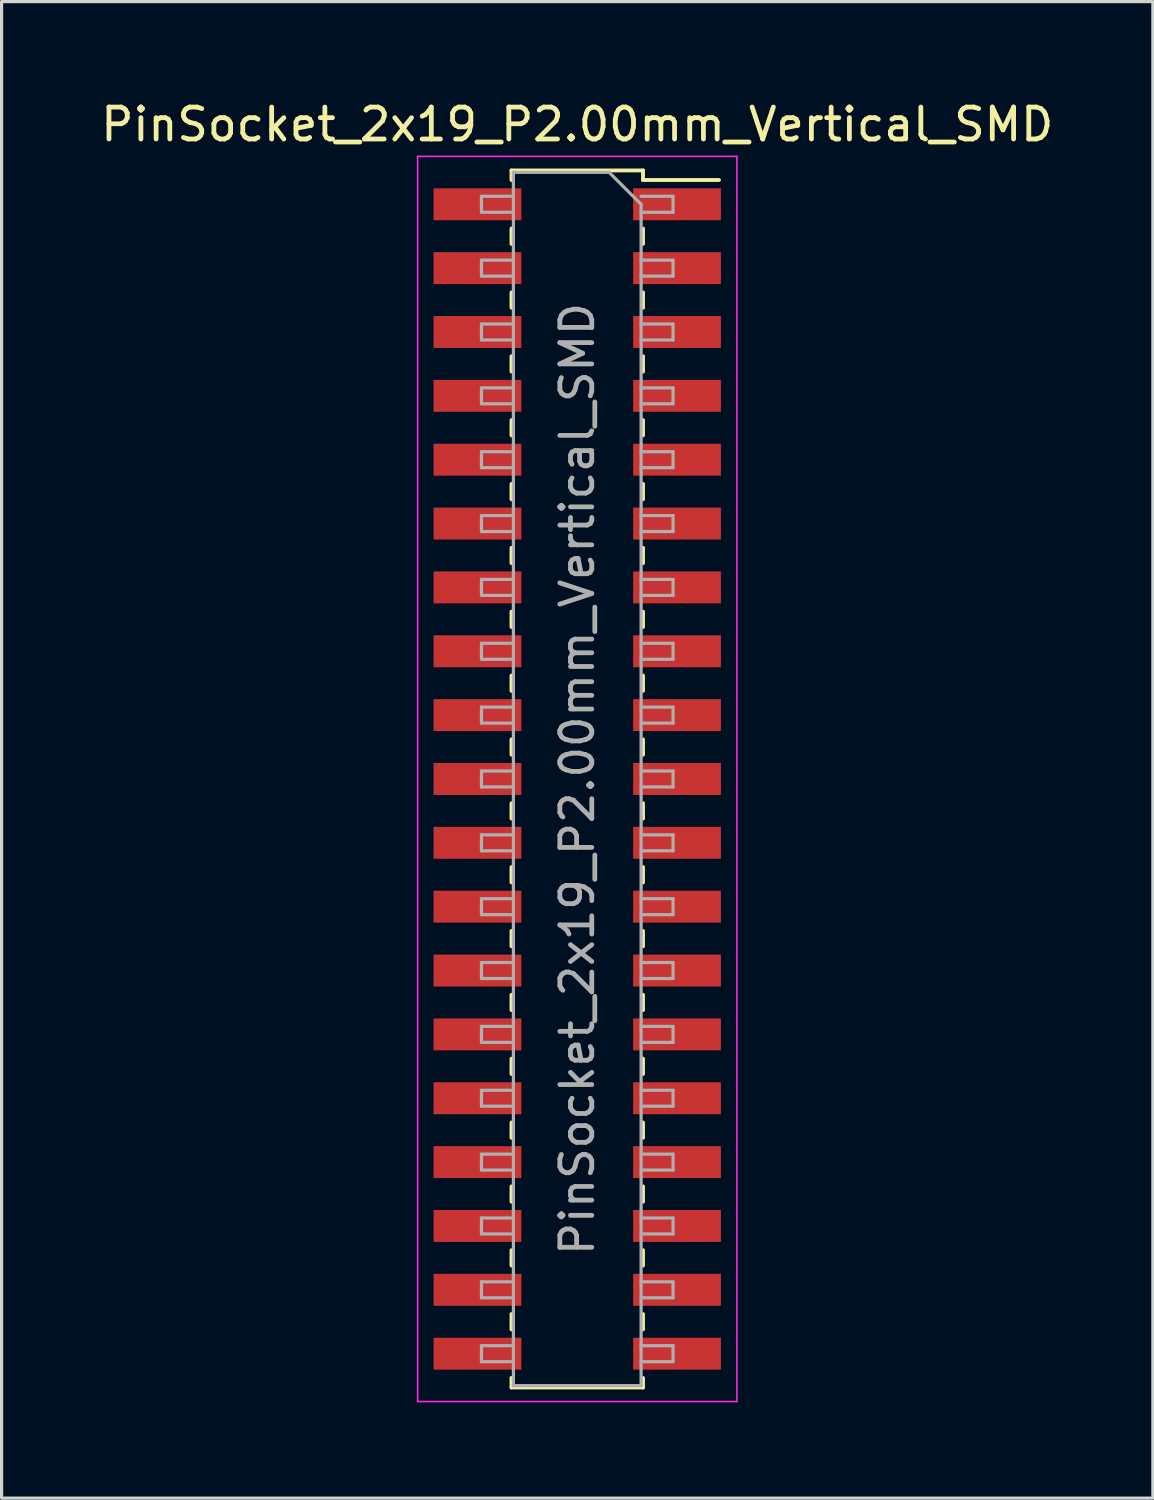
<source format=kicad_pcb>
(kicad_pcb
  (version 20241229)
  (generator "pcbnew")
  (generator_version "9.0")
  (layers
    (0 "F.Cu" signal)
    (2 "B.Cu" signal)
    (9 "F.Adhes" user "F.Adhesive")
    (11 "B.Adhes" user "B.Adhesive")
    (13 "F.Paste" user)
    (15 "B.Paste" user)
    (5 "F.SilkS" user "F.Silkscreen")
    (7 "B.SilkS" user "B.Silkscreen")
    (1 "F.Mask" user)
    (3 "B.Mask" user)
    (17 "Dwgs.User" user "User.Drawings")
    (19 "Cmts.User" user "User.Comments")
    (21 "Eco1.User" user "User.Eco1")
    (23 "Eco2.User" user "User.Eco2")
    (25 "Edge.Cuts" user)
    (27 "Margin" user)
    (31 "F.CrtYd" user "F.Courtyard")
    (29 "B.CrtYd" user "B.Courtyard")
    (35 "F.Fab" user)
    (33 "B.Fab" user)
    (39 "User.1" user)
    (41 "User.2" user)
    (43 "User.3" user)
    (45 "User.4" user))
  (footprint "PinSocket_2x19_P2.00mm_Vertical_SMD"
    (layer "F.Cu")
    (at 15.03 21.348)
    (property "Reference" "PinSocket_2x19_P2.00mm_Vertical_SMD" (at 0 -20.5 0) (layer "F.SilkS") (effects (font (size 1 1) (thickness 0.15))))
    (attr smd)
    (fp_line (start -2.06 -19.06) (end -2.06 -18.76) (stroke (width 0.12) (type solid)) (layer "F.SilkS"))
    (fp_line (start -2.06 -19.06) (end 2.06 -19.06) (stroke (width 0.12) (type solid)) (layer "F.SilkS"))
    (fp_line (start -2.06 -17.24) (end -2.06 -16.76) (stroke (width 0.12) (type solid)) (layer "F.SilkS"))
    (fp_line (start -2.06 -15.24) (end -2.06 -14.76) (stroke (width 0.12) (type solid)) (layer "F.SilkS"))
    (fp_line (start -2.06 -13.24) (end -2.06 -12.76) (stroke (width 0.12) (type solid)) (layer "F.SilkS"))
    (fp_line (start -2.06 -11.24) (end -2.06 -10.76) (stroke (width 0.12) (type solid)) (layer "F.SilkS"))
    (fp_line (start -2.06 -9.24) (end -2.06 -8.76) (stroke (width 0.12) (type solid)) (layer "F.SilkS"))
    (fp_line (start -2.06 -7.24) (end -2.06 -6.76) (stroke (width 0.12) (type solid)) (layer "F.SilkS"))
    (fp_line (start -2.06 -5.24) (end -2.06 -4.76) (stroke (width 0.12) (type solid)) (layer "F.SilkS"))
    (fp_line (start -2.06 -3.24) (end -2.06 -2.76) (stroke (width 0.12) (type solid)) (layer "F.SilkS"))
    (fp_line (start -2.06 -1.24) (end -2.06 -0.76) (stroke (width 0.12) (type solid)) (layer "F.SilkS"))
    (fp_line (start -2.06 0.76) (end -2.06 1.24) (stroke (width 0.12) (type solid)) (layer "F.SilkS"))
    (fp_line (start -2.06 2.76) (end -2.06 3.24) (stroke (width 0.12) (type solid)) (layer "F.SilkS"))
    (fp_line (start -2.06 4.76) (end -2.06 5.24) (stroke (width 0.12) (type solid)) (layer "F.SilkS"))
    (fp_line (start -2.06 6.76) (end -2.06 7.24) (stroke (width 0.12) (type solid)) (layer "F.SilkS"))
    (fp_line (start -2.06 8.76) (end -2.06 9.24) (stroke (width 0.12) (type solid)) (layer "F.SilkS"))
    (fp_line (start -2.06 10.76) (end -2.06 11.24) (stroke (width 0.12) (type solid)) (layer "F.SilkS"))
    (fp_line (start -2.06 12.76) (end -2.06 13.24) (stroke (width 0.12) (type solid)) (layer "F.SilkS"))
    (fp_line (start -2.06 14.76) (end -2.06 15.24) (stroke (width 0.12) (type solid)) (layer "F.SilkS"))
    (fp_line (start -2.06 16.76) (end -2.06 17.24) (stroke (width 0.12) (type solid)) (layer "F.SilkS"))
    (fp_line (start -2.06 18.76) (end -2.06 19.06) (stroke (width 0.12) (type solid)) (layer "F.SilkS"))
    (fp_line (start -2.06 19.06) (end 2.06 19.06) (stroke (width 0.12) (type solid)) (layer "F.SilkS"))
    (fp_line (start 2.06 -19.06) (end 2.06 -18.76) (stroke (width 0.12) (type solid)) (layer "F.SilkS"))
    (fp_line (start 2.06 -18.76) (end 4.44 -18.76) (stroke (width 0.12) (type solid)) (layer "F.SilkS"))
    (fp_line (start 2.06 -17.24) (end 2.06 -16.76) (stroke (width 0.12) (type solid)) (layer "F.SilkS"))
    (fp_line (start 2.06 -15.24) (end 2.06 -14.76) (stroke (width 0.12) (type solid)) (layer "F.SilkS"))
    (fp_line (start 2.06 -13.24) (end 2.06 -12.76) (stroke (width 0.12) (type solid)) (layer "F.SilkS"))
    (fp_line (start 2.06 -11.24) (end 2.06 -10.76) (stroke (width 0.12) (type solid)) (layer "F.SilkS"))
    (fp_line (start 2.06 -9.24) (end 2.06 -8.76) (stroke (width 0.12) (type solid)) (layer "F.SilkS"))
    (fp_line (start 2.06 -7.24) (end 2.06 -6.76) (stroke (width 0.12) (type solid)) (layer "F.SilkS"))
    (fp_line (start 2.06 -5.24) (end 2.06 -4.76) (stroke (width 0.12) (type solid)) (layer "F.SilkS"))
    (fp_line (start 2.06 -3.24) (end 2.06 -2.76) (stroke (width 0.12) (type solid)) (layer "F.SilkS"))
    (fp_line (start 2.06 -1.24) (end 2.06 -0.76) (stroke (width 0.12) (type solid)) (layer "F.SilkS"))
    (fp_line (start 2.06 0.76) (end 2.06 1.24) (stroke (width 0.12) (type solid)) (layer "F.SilkS"))
    (fp_line (start 2.06 2.76) (end 2.06 3.24) (stroke (width 0.12) (type solid)) (layer "F.SilkS"))
    (fp_line (start 2.06 4.76) (end 2.06 5.24) (stroke (width 0.12) (type solid)) (layer "F.SilkS"))
    (fp_line (start 2.06 6.76) (end 2.06 7.24) (stroke (width 0.12) (type solid)) (layer "F.SilkS"))
    (fp_line (start 2.06 8.76) (end 2.06 9.24) (stroke (width 0.12) (type solid)) (layer "F.SilkS"))
    (fp_line (start 2.06 10.76) (end 2.06 11.24) (stroke (width 0.12) (type solid)) (layer "F.SilkS"))
    (fp_line (start 2.06 12.76) (end 2.06 13.24) (stroke (width 0.12) (type solid)) (layer "F.SilkS"))
    (fp_line (start 2.06 14.76) (end 2.06 15.24) (stroke (width 0.12) (type solid)) (layer "F.SilkS"))
    (fp_line (start 2.06 16.76) (end 2.06 17.24) (stroke (width 0.12) (type solid)) (layer "F.SilkS"))
    (fp_line (start 2.06 18.76) (end 2.06 19.06) (stroke (width 0.12) (type solid)) (layer "F.SilkS"))
    (fp_line (start -5 -19.5) (end 5 -19.5) (stroke (width 0.05) (type solid)) (layer "F.CrtYd"))
    (fp_line (start -5 19.5) (end -5 -19.5) (stroke (width 0.05) (type solid)) (layer "F.CrtYd"))
    (fp_line (start 5 -19.5) (end 5 19.5) (stroke (width 0.05) (type solid)) (layer "F.CrtYd"))
    (fp_line (start 5 19.5) (end -5 19.5) (stroke (width 0.05) (type solid)) (layer "F.CrtYd"))
    (fp_line (start -3 -18.25) (end -2 -18.25) (stroke (width 0.1) (type solid)) (layer "F.Fab"))
    (fp_line (start -3 -17.75) (end -3 -18.25) (stroke (width 0.1) (type solid)) (layer "F.Fab"))
    (fp_line (start -3 -16.25) (end -2 -16.25) (stroke (width 0.1) (type solid)) (layer "F.Fab"))
    (fp_line (start -3 -15.75) (end -3 -16.25) (stroke (width 0.1) (type solid)) (layer "F.Fab"))
    (fp_line (start -3 -14.25) (end -2 -14.25) (stroke (width 0.1) (type solid)) (layer "F.Fab"))
    (fp_line (start -3 -13.75) (end -3 -14.25) (stroke (width 0.1) (type solid)) (layer "F.Fab"))
    (fp_line (start -3 -12.25) (end -2 -12.25) (stroke (width 0.1) (type solid)) (layer "F.Fab"))
    (fp_line (start -3 -11.75) (end -3 -12.25) (stroke (width 0.1) (type solid)) (layer "F.Fab"))
    (fp_line (start -3 -10.25) (end -2 -10.25) (stroke (width 0.1) (type solid)) (layer "F.Fab"))
    (fp_line (start -3 -9.75) (end -3 -10.25) (stroke (width 0.1) (type solid)) (layer "F.Fab"))
    (fp_line (start -3 -8.25) (end -2 -8.25) (stroke (width 0.1) (type solid)) (layer "F.Fab"))
    (fp_line (start -3 -7.75) (end -3 -8.25) (stroke (width 0.1) (type solid)) (layer "F.Fab"))
    (fp_line (start -3 -6.25) (end -2 -6.25) (stroke (width 0.1) (type solid)) (layer "F.Fab"))
    (fp_line (start -3 -5.75) (end -3 -6.25) (stroke (width 0.1) (type solid)) (layer "F.Fab"))
    (fp_line (start -3 -4.25) (end -2 -4.25) (stroke (width 0.1) (type solid)) (layer "F.Fab"))
    (fp_line (start -3 -3.75) (end -3 -4.25) (stroke (width 0.1) (type solid)) (layer "F.Fab"))
    (fp_line (start -3 -2.25) (end -2 -2.25) (stroke (width 0.1) (type solid)) (layer "F.Fab"))
    (fp_line (start -3 -1.75) (end -3 -2.25) (stroke (width 0.1) (type solid)) (layer "F.Fab"))
    (fp_line (start -3 -0.25) (end -2 -0.25) (stroke (width 0.1) (type solid)) (layer "F.Fab"))
    (fp_line (start -3 0.25) (end -3 -0.25) (stroke (width 0.1) (type solid)) (layer "F.Fab"))
    (fp_line (start -3 1.75) (end -2 1.75) (stroke (width 0.1) (type solid)) (layer "F.Fab"))
    (fp_line (start -3 2.25) (end -3 1.75) (stroke (width 0.1) (type solid)) (layer "F.Fab"))
    (fp_line (start -3 3.75) (end -2 3.75) (stroke (width 0.1) (type solid)) (layer "F.Fab"))
    (fp_line (start -3 4.25) (end -3 3.75) (stroke (width 0.1) (type solid)) (layer "F.Fab"))
    (fp_line (start -3 5.75) (end -2 5.75) (stroke (width 0.1) (type solid)) (layer "F.Fab"))
    (fp_line (start -3 6.25) (end -3 5.75) (stroke (width 0.1) (type solid)) (layer "F.Fab"))
    (fp_line (start -3 7.75) (end -2 7.75) (stroke (width 0.1) (type solid)) (layer "F.Fab"))
    (fp_line (start -3 8.25) (end -3 7.75) (stroke (width 0.1) (type solid)) (layer "F.Fab"))
    (fp_line (start -3 9.75) (end -2 9.75) (stroke (width 0.1) (type solid)) (layer "F.Fab"))
    (fp_line (start -3 10.25) (end -3 9.75) (stroke (width 0.1) (type solid)) (layer "F.Fab"))
    (fp_line (start -3 11.75) (end -2 11.75) (stroke (width 0.1) (type solid)) (layer "F.Fab"))
    (fp_line (start -3 12.25) (end -3 11.75) (stroke (width 0.1) (type solid)) (layer "F.Fab"))
    (fp_line (start -3 13.75) (end -2 13.75) (stroke (width 0.1) (type solid)) (layer "F.Fab"))
    (fp_line (start -3 14.25) (end -3 13.75) (stroke (width 0.1) (type solid)) (layer "F.Fab"))
    (fp_line (start -3 15.75) (end -2 15.75) (stroke (width 0.1) (type solid)) (layer "F.Fab"))
    (fp_line (start -3 16.25) (end -3 15.75) (stroke (width 0.1) (type solid)) (layer "F.Fab"))
    (fp_line (start -3 17.75) (end -2 17.75) (stroke (width 0.1) (type solid)) (layer "F.Fab"))
    (fp_line (start -3 18.25) (end -3 17.75) (stroke (width 0.1) (type solid)) (layer "F.Fab"))
    (fp_line (start -2 -19) (end 1 -19) (stroke (width 0.1) (type solid)) (layer "F.Fab"))
    (fp_line (start -2 -17.75) (end -3 -17.75) (stroke (width 0.1) (type solid)) (layer "F.Fab"))
    (fp_line (start -2 -15.75) (end -3 -15.75) (stroke (width 0.1) (type solid)) (layer "F.Fab"))
    (fp_line (start -2 -13.75) (end -3 -13.75) (stroke (width 0.1) (type solid)) (layer "F.Fab"))
    (fp_line (start -2 -11.75) (end -3 -11.75) (stroke (width 0.1) (type solid)) (layer "F.Fab"))
    (fp_line (start -2 -9.75) (end -3 -9.75) (stroke (width 0.1) (type solid)) (layer "F.Fab"))
    (fp_line (start -2 -7.75) (end -3 -7.75) (stroke (width 0.1) (type solid)) (layer "F.Fab"))
    (fp_line (start -2 -5.75) (end -3 -5.75) (stroke (width 0.1) (type solid)) (layer "F.Fab"))
    (fp_line (start -2 -3.75) (end -3 -3.75) (stroke (width 0.1) (type solid)) (layer "F.Fab"))
    (fp_line (start -2 -1.75) (end -3 -1.75) (stroke (width 0.1) (type solid)) (layer "F.Fab"))
    (fp_line (start -2 0.25) (end -3 0.25) (stroke (width 0.1) (type solid)) (layer "F.Fab"))
    (fp_line (start -2 2.25) (end -3 2.25) (stroke (width 0.1) (type solid)) (layer "F.Fab"))
    (fp_line (start -2 4.25) (end -3 4.25) (stroke (width 0.1) (type solid)) (layer "F.Fab"))
    (fp_line (start -2 6.25) (end -3 6.25) (stroke (width 0.1) (type solid)) (layer "F.Fab"))
    (fp_line (start -2 8.25) (end -3 8.25) (stroke (width 0.1) (type solid)) (layer "F.Fab"))
    (fp_line (start -2 10.25) (end -3 10.25) (stroke (width 0.1) (type solid)) (layer "F.Fab"))
    (fp_line (start -2 12.25) (end -3 12.25) (stroke (width 0.1) (type solid)) (layer "F.Fab"))
    (fp_line (start -2 14.25) (end -3 14.25) (stroke (width 0.1) (type solid)) (layer "F.Fab"))
    (fp_line (start -2 16.25) (end -3 16.25) (stroke (width 0.1) (type solid)) (layer "F.Fab"))
    (fp_line (start -2 18.25) (end -3 18.25) (stroke (width 0.1) (type solid)) (layer "F.Fab"))
    (fp_line (start -2 19) (end -2 -19) (stroke (width 0.1) (type solid)) (layer "F.Fab"))
    (fp_line (start 1 -19) (end 2 -18) (stroke (width 0.1) (type solid)) (layer "F.Fab"))
    (fp_line (start 2 -18.25) (end 3 -18.25) (stroke (width 0.1) (type solid)) (layer "F.Fab"))
    (fp_line (start 2 -18) (end 2 19) (stroke (width 0.1) (type solid)) (layer "F.Fab"))
    (fp_line (start 2 -16.25) (end 3 -16.25) (stroke (width 0.1) (type solid)) (layer "F.Fab"))
    (fp_line (start 2 -14.25) (end 3 -14.25) (stroke (width 0.1) (type solid)) (layer "F.Fab"))
    (fp_line (start 2 -12.25) (end 3 -12.25) (stroke (width 0.1) (type solid)) (layer "F.Fab"))
    (fp_line (start 2 -10.25) (end 3 -10.25) (stroke (width 0.1) (type solid)) (layer "F.Fab"))
    (fp_line (start 2 -8.25) (end 3 -8.25) (stroke (width 0.1) (type solid)) (layer "F.Fab"))
    (fp_line (start 2 -6.25) (end 3 -6.25) (stroke (width 0.1) (type solid)) (layer "F.Fab"))
    (fp_line (start 2 -4.25) (end 3 -4.25) (stroke (width 0.1) (type solid)) (layer "F.Fab"))
    (fp_line (start 2 -2.25) (end 3 -2.25) (stroke (width 0.1) (type solid)) (layer "F.Fab"))
    (fp_line (start 2 -0.25) (end 3 -0.25) (stroke (width 0.1) (type solid)) (layer "F.Fab"))
    (fp_line (start 2 1.75) (end 3 1.75) (stroke (width 0.1) (type solid)) (layer "F.Fab"))
    (fp_line (start 2 3.75) (end 3 3.75) (stroke (width 0.1) (type solid)) (layer "F.Fab"))
    (fp_line (start 2 5.75) (end 3 5.75) (stroke (width 0.1) (type solid)) (layer "F.Fab"))
    (fp_line (start 2 7.75) (end 3 7.75) (stroke (width 0.1) (type solid)) (layer "F.Fab"))
    (fp_line (start 2 9.75) (end 3 9.75) (stroke (width 0.1) (type solid)) (layer "F.Fab"))
    (fp_line (start 2 11.75) (end 3 11.75) (stroke (width 0.1) (type solid)) (layer "F.Fab"))
    (fp_line (start 2 13.75) (end 3 13.75) (stroke (width 0.1) (type solid)) (layer "F.Fab"))
    (fp_line (start 2 15.75) (end 3 15.75) (stroke (width 0.1) (type solid)) (layer "F.Fab"))
    (fp_line (start 2 17.75) (end 3 17.75) (stroke (width 0.1) (type solid)) (layer "F.Fab"))
    (fp_line (start 2 19) (end -2 19) (stroke (width 0.1) (type solid)) (layer "F.Fab"))
    (fp_line (start 3 -18.25) (end 3 -17.75) (stroke (width 0.1) (type solid)) (layer "F.Fab"))
    (fp_line (start 3 -17.75) (end 2 -17.75) (stroke (width 0.1) (type solid)) (layer "F.Fab"))
    (fp_line (start 3 -16.25) (end 3 -15.75) (stroke (width 0.1) (type solid)) (layer "F.Fab"))
    (fp_line (start 3 -15.75) (end 2 -15.75) (stroke (width 0.1) (type solid)) (layer "F.Fab"))
    (fp_line (start 3 -14.25) (end 3 -13.75) (stroke (width 0.1) (type solid)) (layer "F.Fab"))
    (fp_line (start 3 -13.75) (end 2 -13.75) (stroke (width 0.1) (type solid)) (layer "F.Fab"))
    (fp_line (start 3 -12.25) (end 3 -11.75) (stroke (width 0.1) (type solid)) (layer "F.Fab"))
    (fp_line (start 3 -11.75) (end 2 -11.75) (stroke (width 0.1) (type solid)) (layer "F.Fab"))
    (fp_line (start 3 -10.25) (end 3 -9.75) (stroke (width 0.1) (type solid)) (layer "F.Fab"))
    (fp_line (start 3 -9.75) (end 2 -9.75) (stroke (width 0.1) (type solid)) (layer "F.Fab"))
    (fp_line (start 3 -8.25) (end 3 -7.75) (stroke (width 0.1) (type solid)) (layer "F.Fab"))
    (fp_line (start 3 -7.75) (end 2 -7.75) (stroke (width 0.1) (type solid)) (layer "F.Fab"))
    (fp_line (start 3 -6.25) (end 3 -5.75) (stroke (width 0.1) (type solid)) (layer "F.Fab"))
    (fp_line (start 3 -5.75) (end 2 -5.75) (stroke (width 0.1) (type solid)) (layer "F.Fab"))
    (fp_line (start 3 -4.25) (end 3 -3.75) (stroke (width 0.1) (type solid)) (layer "F.Fab"))
    (fp_line (start 3 -3.75) (end 2 -3.75) (stroke (width 0.1) (type solid)) (layer "F.Fab"))
    (fp_line (start 3 -2.25) (end 3 -1.75) (stroke (width 0.1) (type solid)) (layer "F.Fab"))
    (fp_line (start 3 -1.75) (end 2 -1.75) (stroke (width 0.1) (type solid)) (layer "F.Fab"))
    (fp_line (start 3 -0.25) (end 3 0.25) (stroke (width 0.1) (type solid)) (layer "F.Fab"))
    (fp_line (start 3 0.25) (end 2 0.25) (stroke (width 0.1) (type solid)) (layer "F.Fab"))
    (fp_line (start 3 1.75) (end 3 2.25) (stroke (width 0.1) (type solid)) (layer "F.Fab"))
    (fp_line (start 3 2.25) (end 2 2.25) (stroke (width 0.1) (type solid)) (layer "F.Fab"))
    (fp_line (start 3 3.75) (end 3 4.25) (stroke (width 0.1) (type solid)) (layer "F.Fab"))
    (fp_line (start 3 4.25) (end 2 4.25) (stroke (width 0.1) (type solid)) (layer "F.Fab"))
    (fp_line (start 3 5.75) (end 3 6.25) (stroke (width 0.1) (type solid)) (layer "F.Fab"))
    (fp_line (start 3 6.25) (end 2 6.25) (stroke (width 0.1) (type solid)) (layer "F.Fab"))
    (fp_line (start 3 7.75) (end 3 8.25) (stroke (width 0.1) (type solid)) (layer "F.Fab"))
    (fp_line (start 3 8.25) (end 2 8.25) (stroke (width 0.1) (type solid)) (layer "F.Fab"))
    (fp_line (start 3 9.75) (end 3 10.25) (stroke (width 0.1) (type solid)) (layer "F.Fab"))
    (fp_line (start 3 10.25) (end 2 10.25) (stroke (width 0.1) (type solid)) (layer "F.Fab"))
    (fp_line (start 3 11.75) (end 3 12.25) (stroke (width 0.1) (type solid)) (layer "F.Fab"))
    (fp_line (start 3 12.25) (end 2 12.25) (stroke (width 0.1) (type solid)) (layer "F.Fab"))
    (fp_line (start 3 13.75) (end 3 14.25) (stroke (width 0.1) (type solid)) (layer "F.Fab"))
    (fp_line (start 3 14.25) (end 2 14.25) (stroke (width 0.1) (type solid)) (layer "F.Fab"))
    (fp_line (start 3 15.75) (end 3 16.25) (stroke (width 0.1) (type solid)) (layer "F.Fab"))
    (fp_line (start 3 16.25) (end 2 16.25) (stroke (width 0.1) (type solid)) (layer "F.Fab"))
    (fp_line (start 3 17.75) (end 3 18.25) (stroke (width 0.1) (type solid)) (layer "F.Fab"))
    (fp_line (start 3 18.25) (end 2 18.25) (stroke (width 0.1) (type solid)) (layer "F.Fab"))
    (fp_text user "${REFERENCE}" (at 0 0 90) (layer "F.Fab") (effects (font (size 1 1) (thickness 0.15))))
    (pad "1" smd rect (at 3.125 -18) (size 2.75 1) (layers "F.Cu" "F.Mask" "F.Paste"))
    (pad "2" smd rect (at -3.125 -18) (size 2.75 1) (layers "F.Cu" "F.Mask" "F.Paste"))
    (pad "3" smd rect (at 3.125 -16) (size 2.75 1) (layers "F.Cu" "F.Mask" "F.Paste"))
    (pad "4" smd rect (at -3.125 -16) (size 2.75 1) (layers "F.Cu" "F.Mask" "F.Paste"))
    (pad "5" smd rect (at 3.125 -14) (size 2.75 1) (layers "F.Cu" "F.Mask" "F.Paste"))
    (pad "6" smd rect (at -3.125 -14) (size 2.75 1) (layers "F.Cu" "F.Mask" "F.Paste"))
    (pad "7" smd rect (at 3.125 -12) (size 2.75 1) (layers "F.Cu" "F.Mask" "F.Paste"))
    (pad "8" smd rect (at -3.125 -12) (size 2.75 1) (layers "F.Cu" "F.Mask" "F.Paste"))
    (pad "9" smd rect (at 3.125 -10) (size 2.75 1) (layers "F.Cu" "F.Mask" "F.Paste"))
    (pad "10" smd rect (at -3.125 -10) (size 2.75 1) (layers "F.Cu" "F.Mask" "F.Paste"))
    (pad "11" smd rect (at 3.125 -8) (size 2.75 1) (layers "F.Cu" "F.Mask" "F.Paste"))
    (pad "12" smd rect (at -3.125 -8) (size 2.75 1) (layers "F.Cu" "F.Mask" "F.Paste"))
    (pad "13" smd rect (at 3.125 -6) (size 2.75 1) (layers "F.Cu" "F.Mask" "F.Paste"))
    (pad "14" smd rect (at -3.125 -6) (size 2.75 1) (layers "F.Cu" "F.Mask" "F.Paste"))
    (pad "15" smd rect (at 3.125 -4) (size 2.75 1) (layers "F.Cu" "F.Mask" "F.Paste"))
    (pad "16" smd rect (at -3.125 -4) (size 2.75 1) (layers "F.Cu" "F.Mask" "F.Paste"))
    (pad "17" smd rect (at 3.125 -2) (size 2.75 1) (layers "F.Cu" "F.Mask" "F.Paste"))
    (pad "18" smd rect (at -3.125 -2) (size 2.75 1) (layers "F.Cu" "F.Mask" "F.Paste"))
    (pad "19" smd rect (at 3.125 0) (size 2.75 1) (layers "F.Cu" "F.Mask" "F.Paste"))
    (pad "20" smd rect (at -3.125 0) (size 2.75 1) (layers "F.Cu" "F.Mask" "F.Paste"))
    (pad "21" smd rect (at 3.125 2) (size 2.75 1) (layers "F.Cu" "F.Mask" "F.Paste"))
    (pad "22" smd rect (at -3.125 2) (size 2.75 1) (layers "F.Cu" "F.Mask" "F.Paste"))
    (pad "23" smd rect (at 3.125 4) (size 2.75 1) (layers "F.Cu" "F.Mask" "F.Paste"))
    (pad "24" smd rect (at -3.125 4) (size 2.75 1) (layers "F.Cu" "F.Mask" "F.Paste"))
    (pad "25" smd rect (at 3.125 6) (size 2.75 1) (layers "F.Cu" "F.Mask" "F.Paste"))
    (pad "26" smd rect (at -3.125 6) (size 2.75 1) (layers "F.Cu" "F.Mask" "F.Paste"))
    (pad "27" smd rect (at 3.125 8) (size 2.75 1) (layers "F.Cu" "F.Mask" "F.Paste"))
    (pad "28" smd rect (at -3.125 8) (size 2.75 1) (layers "F.Cu" "F.Mask" "F.Paste"))
    (pad "29" smd rect (at 3.125 10) (size 2.75 1) (layers "F.Cu" "F.Mask" "F.Paste"))
    (pad "30" smd rect (at -3.125 10) (size 2.75 1) (layers "F.Cu" "F.Mask" "F.Paste"))
    (pad "31" smd rect (at 3.125 12) (size 2.75 1) (layers "F.Cu" "F.Mask" "F.Paste"))
    (pad "32" smd rect (at -3.125 12) (size 2.75 1) (layers "F.Cu" "F.Mask" "F.Paste"))
    (pad "33" smd rect (at 3.125 14) (size 2.75 1) (layers "F.Cu" "F.Mask" "F.Paste"))
    (pad "34" smd rect (at -3.125 14) (size 2.75 1) (layers "F.Cu" "F.Mask" "F.Paste"))
    (pad "35" smd rect (at 3.125 16) (size 2.75 1) (layers "F.Cu" "F.Mask" "F.Paste"))
    (pad "36" smd rect (at -3.125 16) (size 2.75 1) (layers "F.Cu" "F.Mask" "F.Paste"))
    (pad "37" smd rect (at 3.125 18) (size 2.75 1) (layers "F.Cu" "F.Mask" "F.Paste"))
    (pad "38" smd rect (at -3.125 18) (size 2.75 1) (layers "F.Cu" "F.Mask" "F.Paste")))
  (gr_rect
    (start -3 -3)
    (end 33.06 43.873)
    (stroke (width 0.1) (type default))
    (fill no)
    (layer "Edge.Cuts")))
</source>
